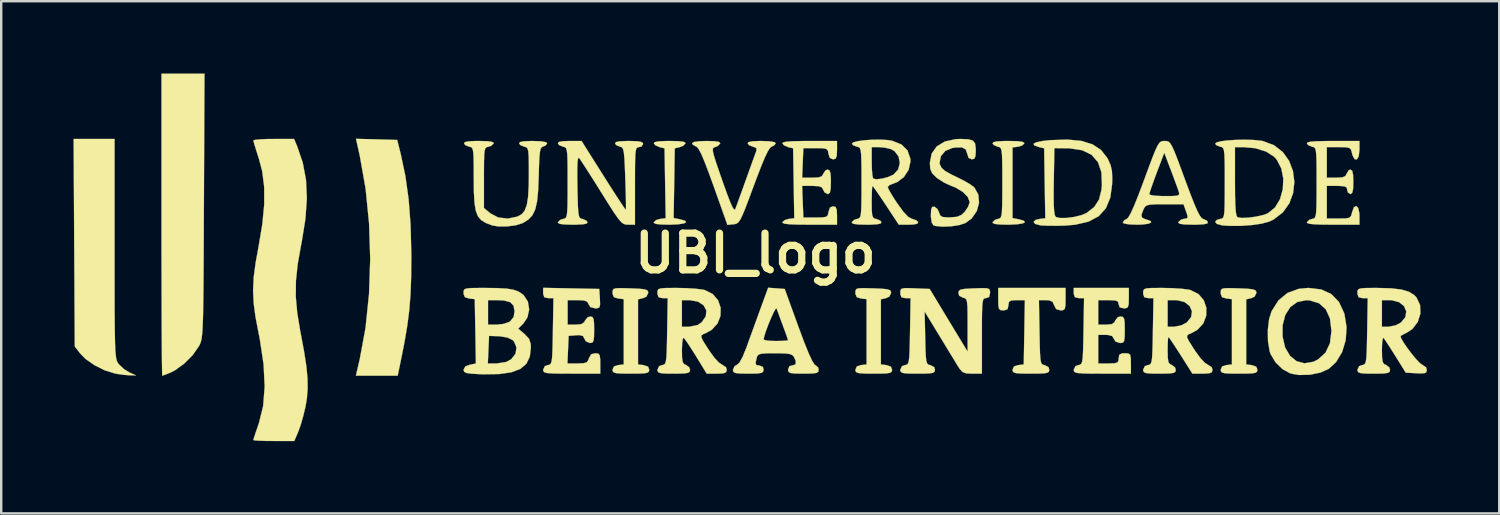
<source format=kicad_pcb>
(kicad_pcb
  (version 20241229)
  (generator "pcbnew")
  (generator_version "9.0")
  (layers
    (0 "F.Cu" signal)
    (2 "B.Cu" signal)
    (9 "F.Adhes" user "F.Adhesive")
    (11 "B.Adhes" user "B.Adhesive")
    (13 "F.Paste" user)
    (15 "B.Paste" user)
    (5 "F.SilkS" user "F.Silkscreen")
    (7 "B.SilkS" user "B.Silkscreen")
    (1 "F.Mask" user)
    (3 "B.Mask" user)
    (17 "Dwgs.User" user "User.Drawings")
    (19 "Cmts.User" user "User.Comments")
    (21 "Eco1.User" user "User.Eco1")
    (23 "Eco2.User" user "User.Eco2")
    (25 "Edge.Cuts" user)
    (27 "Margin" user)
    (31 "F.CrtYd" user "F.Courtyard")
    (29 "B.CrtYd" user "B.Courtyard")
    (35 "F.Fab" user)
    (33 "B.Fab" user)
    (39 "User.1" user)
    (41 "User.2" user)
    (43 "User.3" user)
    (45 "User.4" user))
  (footprint "UBI_logo"
    (layer "F.Cu")
    (at 28.288 7.456)
    (property "Reference" "UBI_logo" (at 0 0 0) (layer "F.SilkS") (effects (font (size 1.524 1.524) (thickness 0.3))))
    (attr through_hole)
    (fp_poly (pts (xy -14.859 -4.699) (xy -14.711 -4.106) (xy -14.52 -3.203) (xy -14.385 -2.238) (xy -14.305 -1.179) (xy -14.274 0.007) (xy -14.273 0.127) (xy -14.28 0.971) (xy -14.307 1.699) (xy -14.359 2.362) (xy -14.442 3.012) (xy -14.559 3.701) (xy -14.66 4.212) (xy -14.839 5.08) (xy -16.573 5.08) (xy -16.415 4.403) (xy -16.173 3.093) (xy -16.028 1.687) (xy -15.979 0.228) (xy -16.027 -1.242) (xy -16.171 -2.68) (xy -16.412 -4.042) (xy -16.413 -4.046) (xy -16.569 -4.747) (xy -14.859 -4.699)) (stroke (width 0.01) (type solid)) (fill yes) (layer "F.SilkS"))
    (fp_poly (pts (xy -26.585 -0.181) (xy -26.585 0.814) (xy -26.584 1.653) (xy -26.583 2.35) (xy -26.579 2.921) (xy -26.573 3.377) (xy -26.565 3.735) (xy -26.554 4.007) (xy -26.538 4.208) (xy -26.519 4.351) (xy -26.495 4.451) (xy -26.465 4.522) (xy -26.43 4.577) (xy -26.407 4.606) (xy -26.196 4.806) (xy -25.963 4.949) (xy -25.696 5.066) (xy -25.95 5.064) (xy -26.201 5.045) (xy -26.501 5.002) (xy -26.566 4.99) (xy -26.989 4.859) (xy -27.417 4.645) (xy -27.79 4.385) (xy -28.014 4.157) (xy -28.236 3.866) (xy -28.26 -0.438) (xy -28.283 -4.741) (xy -26.585 -4.741) (xy -26.585 -0.181)) (stroke (width 0.01) (type solid)) (fill yes) (layer "F.SilkS"))
    (fp_poly (pts (xy -3.194 -4.649) (xy -2.982 -4.625) (xy -2.899 -4.58) (xy -2.899 -4.553) (xy -3 -4.456) (xy -3.139 -4.401) (xy -3.344 -4.353) (xy -3.367 -2.907) (xy -3.391 -1.461) (xy -3.135 -1.41) (xy -2.924 -1.35) (xy -2.869 -1.29) (xy -2.958 -1.239) (xy -3.179 -1.202) (xy -3.517 -1.186) (xy -3.563 -1.185) (xy -3.92 -1.193) (xy -4.129 -1.217) (xy -4.212 -1.261) (xy -4.213 -1.291) (xy -4.111 -1.379) (xy -3.95 -1.424) (xy -3.721 -1.451) (xy -3.768 -4.353) (xy -3.973 -4.401) (xy -4.144 -4.476) (xy -4.213 -4.553) (xy -4.181 -4.608) (xy -4.028 -4.641) (xy -3.733 -4.655) (xy -3.556 -4.657) (xy -3.194 -4.649)) (stroke (width 0.01) (type solid)) (fill yes) (layer "F.SilkS"))
    (fp_poly (pts (xy -22.879 -1.968) (xy -22.884 -0.871) (xy -22.888 0.071) (xy -22.893 0.869) (xy -22.898 1.536) (xy -22.905 2.085) (xy -22.913 2.53) (xy -22.924 2.883) (xy -22.937 3.158) (xy -22.952 3.366) (xy -22.972 3.521) (xy -22.995 3.636) (xy -23.023 3.724) (xy -23.055 3.798) (xy -23.087 3.858) (xy -23.345 4.227) (xy -23.696 4.579) (xy -24.079 4.856) (xy -24.265 4.951) (xy -24.469 5.033) (xy -24.593 5.077) (xy -24.606 5.08) (xy -24.611 4.998) (xy -24.616 4.759) (xy -24.621 4.377) (xy -24.625 3.866) (xy -24.629 3.238) (xy -24.632 2.506) (xy -24.634 1.685) (xy -24.636 0.786) (xy -24.638 -0.177) (xy -24.638 -1.185) (xy -24.638 -7.451) (xy -23.747 -7.451) (xy -22.855 -7.451) (xy -22.879 -1.968)) (stroke (width 0.01) (type solid)) (fill yes) (layer "F.SilkS"))
    (fp_poly (pts (xy -5.231 1.456) (xy -5.186 1.457) (xy -4.829 1.472) (xy -4.609 1.495) (xy -4.493 1.533) (xy -4.45 1.594) (xy -4.445 1.647) (xy -4.521 1.802) (xy -4.657 1.863) (xy -4.868 1.913) (xy -4.868 4.614) (xy -4.636 4.641) (xy -4.452 4.705) (xy -4.403 4.832) (xy -4.417 4.91) (xy -4.48 4.958) (xy -4.626 4.984) (xy -4.885 4.994) (xy -5.165 4.995) (xy -5.527 4.992) (xy -5.753 4.979) (xy -5.873 4.947) (xy -5.92 4.892) (xy -5.927 4.832) (xy -5.867 4.696) (xy -5.694 4.641) (xy -5.461 4.614) (xy -5.461 1.905) (xy -5.694 1.878) (xy -5.868 1.824) (xy -5.925 1.687) (xy -5.927 1.642) (xy -5.921 1.542) (xy -5.881 1.482) (xy -5.775 1.453) (xy -5.57 1.447) (xy -5.231 1.456)) (stroke (width 0.01) (type solid)) (fill yes) (layer "F.SilkS"))
    (fp_poly (pts (xy 4.844 1.456) (xy 4.889 1.457) (xy 5.246 1.472) (xy 5.466 1.495) (xy 5.582 1.533) (xy 5.625 1.594) (xy 5.63 1.647) (xy 5.555 1.802) (xy 5.419 1.863) (xy 5.207 1.913) (xy 5.207 4.614) (xy 5.44 4.641) (xy 5.623 4.705) (xy 5.673 4.832) (xy 5.659 4.91) (xy 5.595 4.958) (xy 5.45 4.984) (xy 5.191 4.994) (xy 4.911 4.995) (xy 4.548 4.992) (xy 4.323 4.979) (xy 4.203 4.947) (xy 4.155 4.892) (xy 4.149 4.832) (xy 4.209 4.696) (xy 4.381 4.641) (xy 4.614 4.614) (xy 4.614 1.905) (xy 4.381 1.878) (xy 4.207 1.824) (xy 4.15 1.687) (xy 4.149 1.642) (xy 4.154 1.542) (xy 4.194 1.482) (xy 4.3 1.453) (xy 4.506 1.447) (xy 4.844 1.456)) (stroke (width 0.01) (type solid)) (fill yes) (layer "F.SilkS"))
    (fp_poly (pts (xy 20 1.456) (xy 20.045 1.457) (xy 20.402 1.472) (xy 20.622 1.495) (xy 20.737 1.533) (xy 20.781 1.594) (xy 20.786 1.647) (xy 20.71 1.802) (xy 20.574 1.863) (xy 20.362 1.913) (xy 20.362 4.614) (xy 20.595 4.641) (xy 20.778 4.705) (xy 20.828 4.832) (xy 20.814 4.91) (xy 20.75 4.958) (xy 20.605 4.984) (xy 20.346 4.994) (xy 20.066 4.995) (xy 19.703 4.992) (xy 19.478 4.979) (xy 19.358 4.947) (xy 19.311 4.892) (xy 19.304 4.832) (xy 19.364 4.696) (xy 19.537 4.641) (xy 19.77 4.614) (xy 19.77 1.905) (xy 19.537 1.878) (xy 19.362 1.824) (xy 19.305 1.687) (xy 19.304 1.642) (xy 19.31 1.542) (xy 19.349 1.482) (xy 19.455 1.453) (xy 19.661 1.447) (xy 20 1.456)) (stroke (width 0.01) (type solid)) (fill yes) (layer "F.SilkS"))
    (fp_poly (pts (xy 10.857 -4.65) (xy 11.069 -4.626) (xy 11.154 -4.582) (xy 11.155 -4.551) (xy 11.054 -4.463) (xy 10.894 -4.418) (xy 10.668 -4.391) (xy 10.668 -1.46) (xy 10.922 -1.41) (xy 11.132 -1.349) (xy 11.186 -1.29) (xy 11.096 -1.239) (xy 10.875 -1.202) (xy 10.537 -1.186) (xy 10.492 -1.185) (xy 10.135 -1.193) (xy 9.926 -1.217) (xy 9.843 -1.261) (xy 9.842 -1.291) (xy 9.945 -1.387) (xy 10.061 -1.424) (xy 10.127 -1.439) (xy 10.175 -1.478) (xy 10.208 -1.565) (xy 10.228 -1.724) (xy 10.239 -1.978) (xy 10.244 -2.352) (xy 10.245 -2.869) (xy 10.245 -2.921) (xy 10.244 -3.452) (xy 10.24 -3.837) (xy 10.23 -4.1) (xy 10.21 -4.266) (xy 10.179 -4.358) (xy 10.132 -4.401) (xy 10.067 -4.417) (xy 10.061 -4.418) (xy 9.899 -4.483) (xy 9.842 -4.551) (xy 9.87 -4.606) (xy 10.014 -4.64) (xy 10.294 -4.655) (xy 10.499 -4.657) (xy 10.857 -4.65)) (stroke (width 0.01) (type solid)) (fill yes) (layer "F.SilkS"))
    (fp_poly (pts (xy 23.474 1.502) (xy 23.893 1.693) (xy 24.207 2.016) (xy 24.423 2.475) (xy 24.44 2.531) (xy 24.527 3.069) (xy 24.491 3.604) (xy 24.342 4.1) (xy 24.09 4.518) (xy 23.787 4.797) (xy 23.437 4.953) (xy 23.001 5.041) (xy 22.552 5.051) (xy 22.209 4.992) (xy 21.876 4.814) (xy 21.579 4.526) (xy 21.374 4.183) (xy 21.339 4.082) (xy 21.267 3.656) (xy 21.263 3.457) (xy 21.871 3.457) (xy 21.978 3.911) (xy 22.179 4.256) (xy 22.454 4.479) (xy 22.783 4.566) (xy 23.145 4.504) (xy 23.343 4.406) (xy 23.651 4.127) (xy 23.836 3.738) (xy 23.898 3.235) (xy 23.898 3.198) (xy 23.836 2.7) (xy 23.663 2.324) (xy 23.383 2.075) (xy 23 1.957) (xy 22.845 1.949) (xy 22.482 2.023) (xy 22.189 2.236) (xy 21.982 2.566) (xy 21.873 2.992) (xy 21.871 3.457) (xy 21.263 3.457) (xy 21.259 3.185) (xy 21.312 2.74) (xy 21.412 2.413) (xy 21.7 1.957) (xy 22.077 1.646) (xy 22.547 1.475) (xy 22.945 1.439) (xy 23.474 1.502)) (stroke (width 0.01) (type solid)) (fill yes) (layer "F.SilkS"))
    (fp_poly (pts (xy 12.869 1.905) (xy 12.864 2.172) (xy 12.835 2.311) (xy 12.763 2.363) (xy 12.659 2.371) (xy 12.479 2.318) (xy 12.396 2.159) (xy 12.327 2.011) (xy 12.182 1.953) (xy 12.054 1.947) (xy 11.764 1.947) (xy 11.788 3.281) (xy 11.797 3.783) (xy 11.808 4.14) (xy 11.825 4.378) (xy 11.85 4.523) (xy 11.889 4.599) (xy 11.945 4.631) (xy 12.002 4.641) (xy 12.161 4.725) (xy 12.192 4.832) (xy 12.178 4.91) (xy 12.114 4.958) (xy 11.968 4.984) (xy 11.709 4.994) (xy 11.43 4.995) (xy 11.067 4.992) (xy 10.842 4.979) (xy 10.722 4.947) (xy 10.675 4.892) (xy 10.668 4.832) (xy 10.728 4.696) (xy 10.901 4.641) (xy 11.134 4.614) (xy 11.157 3.281) (xy 11.18 1.947) (xy 10.839 1.947) (xy 10.62 1.959) (xy 10.523 2.013) (xy 10.499 2.138) (xy 10.499 2.159) (xy 10.464 2.32) (xy 10.326 2.37) (xy 10.287 2.371) (xy 10.166 2.359) (xy 10.103 2.295) (xy 10.079 2.138) (xy 10.075 1.905) (xy 10.075 1.439) (xy 12.869 1.439) (xy 12.869 1.905)) (stroke (width 0.01) (type solid)) (fill yes) (layer "F.SilkS"))
    (fp_poly (pts (xy 13.528 -4.66) (xy 13.989 -4.517) (xy 14.341 -4.283) (xy 14.599 -3.954) (xy 14.631 -3.894) (xy 14.737 -3.655) (xy 14.792 -3.42) (xy 14.807 -3.123) (xy 14.801 -2.872) (xy 14.725 -2.31) (xy 14.543 -1.868) (xy 14.247 -1.539) (xy 13.826 -1.313) (xy 13.273 -1.184) (xy 12.856 -1.148) (xy 12.479 -1.139) (xy 12.125 -1.141) (xy 11.861 -1.154) (xy 11.827 -1.157) (xy 11.608 -1.216) (xy 11.54 -1.301) (xy 11.625 -1.383) (xy 11.798 -1.424) (xy 12.027 -1.451) (xy 12.011 -2.416) (xy 12.374 -2.416) (xy 12.379 -2.012) (xy 12.395 -1.739) (xy 12.424 -1.576) (xy 12.465 -1.505) (xy 12.637 -1.461) (xy 12.91 -1.464) (xy 13.226 -1.506) (xy 13.526 -1.58) (xy 13.732 -1.666) (xy 14.055 -1.914) (xy 14.257 -2.227) (xy 14.36 -2.641) (xy 14.377 -2.823) (xy 14.355 -3.361) (xy 14.212 -3.78) (xy 13.946 -4.084) (xy 13.555 -4.274) (xy 13.036 -4.352) (xy 12.954 -4.354) (xy 12.404 -4.36) (xy 12.38 -2.97) (xy 12.374 -2.416) (xy 12.011 -2.416) (xy 11.98 -4.353) (xy 11.775 -4.401) (xy 11.575 -4.47) (xy 11.537 -4.538) (xy 11.654 -4.603) (xy 11.917 -4.657) (xy 12.224 -4.691) (xy 12.945 -4.716) (xy 13.528 -4.66)) (stroke (width 0.01) (type solid)) (fill yes) (layer "F.SilkS"))
    (fp_poly (pts (xy -19.008 -4.432) (xy -18.777 -3.754) (xy -18.643 -3.044) (xy -18.607 -2.277) (xy -18.667 -1.424) (xy -18.822 -0.461) (xy -18.847 -0.339) (xy -18.988 0.452) (xy -19.061 1.147) (xy -19.067 1.807) (xy -19.005 2.491) (xy -18.877 3.259) (xy -18.86 3.344) (xy -18.722 4.079) (xy -18.629 4.683) (xy -18.581 5.187) (xy -18.574 5.625) (xy -18.607 6.027) (xy -18.666 6.373) (xy -18.756 6.75) (xy -18.862 7.118) (xy -18.962 7.4) (xy -18.966 7.41) (xy -19.129 7.789) (xy -19.978 7.789) (xy -20.334 7.786) (xy -20.617 7.775) (xy -20.791 7.761) (xy -20.828 7.749) (xy -20.802 7.656) (xy -20.732 7.443) (xy -20.633 7.152) (xy -20.597 7.05) (xy -20.422 6.343) (xy -20.357 5.532) (xy -20.403 4.609) (xy -20.559 3.568) (xy -20.612 3.302) (xy -20.739 2.635) (xy -20.815 2.063) (xy -20.839 1.533) (xy -20.812 0.995) (xy -20.733 0.395) (xy -20.615 -0.254) (xy -20.455 -1.204) (xy -20.376 -2.029) (xy -20.378 -2.754) (xy -20.461 -3.405) (xy -20.601 -3.937) (xy -20.704 -4.254) (xy -20.782 -4.508) (xy -20.824 -4.658) (xy -20.827 -4.678) (xy -20.749 -4.705) (xy -20.537 -4.726) (xy -20.228 -4.739) (xy -19.982 -4.741) (xy -19.137 -4.741) (xy -19.008 -4.432)) (stroke (width 0.01) (type solid)) (fill yes) (layer "F.SilkS"))
    (fp_poly (pts (xy 0.588 -4.644) (xy 0.793 -4.608) (xy 0.847 -4.564) (xy 0.776 -4.47) (xy 0.684 -4.429) (xy 0.609 -4.372) (xy 0.515 -4.227) (xy 0.395 -3.978) (xy 0.241 -3.607) (xy 0.045 -3.099) (xy -0.064 -2.807) (xy -0.264 -2.269) (xy -0.416 -1.869) (xy -0.533 -1.586) (xy -0.623 -1.4) (xy -0.7 -1.289) (xy -0.773 -1.232) (xy -0.853 -1.208) (xy -0.904 -1.202) (xy -1.16 -1.177) (xy -1.731 -2.782) (xy -1.943 -3.365) (xy -2.111 -3.803) (xy -2.242 -4.113) (xy -2.345 -4.309) (xy -2.427 -4.41) (xy -2.464 -4.429) (xy -2.597 -4.505) (xy -2.625 -4.564) (xy -2.543 -4.617) (xy -2.312 -4.648) (xy -2.025 -4.657) (xy -1.693 -4.648) (xy -1.51 -4.618) (xy -1.457 -4.564) (xy -1.46 -4.553) (xy -1.562 -4.45) (xy -1.669 -4.405) (xy -1.73 -4.382) (xy -1.764 -4.334) (xy -1.764 -4.238) (xy -1.727 -4.072) (xy -1.647 -3.812) (xy -1.519 -3.435) (xy -1.372 -3.012) (xy -1.189 -2.499) (xy -1.05 -2.137) (xy -0.949 -1.911) (xy -0.88 -1.81) (xy -0.838 -1.821) (xy -0.836 -1.827) (xy -0.783 -1.965) (xy -0.688 -2.228) (xy -0.561 -2.578) (xy -0.416 -2.981) (xy -0.392 -3.048) (xy -0.247 -3.454) (xy -0.119 -3.81) (xy -0.02 -4.083) (xy 0.037 -4.236) (xy 0.042 -4.248) (xy 0.04 -4.366) (xy -0.093 -4.417) (xy -0.257 -4.481) (xy -0.318 -4.551) (xy -0.288 -4.609) (xy -0.137 -4.643) (xy 0.157 -4.656) (xy 0.247 -4.657) (xy 0.588 -4.644)) (stroke (width 0.01) (type solid)) (fill yes) (layer "F.SilkS"))
    (fp_poly (pts (xy 8.827 -4.729) (xy 9.021 -4.674) (xy 9.115 -4.553) (xy 9.143 -4.338) (xy 9.144 -4.267) (xy 9.132 -4.031) (xy 9.083 -3.921) (xy 8.98 -3.895) (xy 8.844 -3.955) (xy 8.79 -4.127) (xy 8.726 -4.308) (xy 8.57 -4.391) (xy 8.297 -4.386) (xy 8.161 -4.364) (xy 7.878 -4.243) (xy 7.695 -4.027) (xy 7.643 -3.759) (xy 7.656 -3.677) (xy 7.724 -3.541) (xy 7.875 -3.41) (xy 8.14 -3.262) (xy 8.324 -3.174) (xy 8.637 -3.018) (xy 8.903 -2.864) (xy 9.071 -2.741) (xy 9.087 -2.726) (xy 9.25 -2.431) (xy 9.279 -2.091) (xy 9.185 -1.749) (xy 8.977 -1.447) (xy 8.722 -1.256) (xy 8.466 -1.17) (xy 8.124 -1.117) (xy 7.77 -1.102) (xy 7.476 -1.131) (xy 7.387 -1.157) (xy 7.318 -1.266) (xy 7.283 -1.496) (xy 7.281 -1.58) (xy 7.292 -1.816) (xy 7.336 -1.921) (xy 7.426 -1.932) (xy 7.554 -1.836) (xy 7.621 -1.693) (xy 7.67 -1.565) (xy 7.769 -1.504) (xy 7.968 -1.487) (xy 8.082 -1.488) (xy 8.363 -1.511) (xy 8.55 -1.59) (xy 8.691 -1.725) (xy 8.826 -1.927) (xy 8.889 -2.111) (xy 8.89 -2.125) (xy 8.813 -2.332) (xy 8.609 -2.541) (xy 8.313 -2.721) (xy 8.134 -2.792) (xy 7.837 -2.926) (xy 7.551 -3.109) (xy 7.517 -3.136) (xy 7.336 -3.314) (xy 7.256 -3.498) (xy 7.239 -3.749) (xy 7.313 -4.134) (xy 7.525 -4.433) (xy 7.863 -4.636) (xy 8.315 -4.734) (xy 8.499 -4.741) (xy 8.827 -4.729)) (stroke (width 0.01) (type solid)) (fill yes) (layer "F.SilkS"))
    (fp_poly (pts (xy 3.387 -4.276) (xy 3.375 -4.037) (xy 3.328 -3.924) (xy 3.228 -3.895) (xy 3.223 -3.895) (xy 3.087 -3.955) (xy 3.032 -4.128) (xy 3.008 -4.257) (xy 2.944 -4.326) (xy 2.8 -4.355) (xy 2.532 -4.36) (xy 2.498 -4.36) (xy 1.99 -4.36) (xy 1.965 -3.747) (xy 1.94 -3.133) (xy 2.357 -3.133) (xy 2.617 -3.145) (xy 2.754 -3.192) (xy 2.815 -3.291) (xy 2.819 -3.302) (xy 2.911 -3.44) (xy 2.998 -3.471) (xy 3.075 -3.438) (xy 3.117 -3.316) (xy 3.132 -3.071) (xy 3.133 -2.963) (xy 3.124 -2.672) (xy 3.092 -2.515) (xy 3.026 -2.458) (xy 2.998 -2.455) (xy 2.869 -2.526) (xy 2.819 -2.625) (xy 2.762 -2.729) (xy 2.633 -2.78) (xy 2.385 -2.794) (xy 2.357 -2.794) (xy 1.94 -2.794) (xy 1.99 -1.482) (xy 2.498 -1.482) (xy 2.78 -1.486) (xy 2.935 -1.512) (xy 3.004 -1.576) (xy 3.031 -1.699) (xy 3.032 -1.714) (xy 3.096 -1.898) (xy 3.223 -1.947) (xy 3.326 -1.921) (xy 3.374 -1.812) (xy 3.387 -1.579) (xy 3.387 -1.566) (xy 3.387 -1.185) (xy 2.237 -1.185) (xy 1.755 -1.189) (xy 1.422 -1.201) (xy 1.22 -1.224) (xy 1.129 -1.259) (xy 1.121 -1.291) (xy 1.223 -1.379) (xy 1.384 -1.424) (xy 1.613 -1.451) (xy 1.566 -4.353) (xy 1.361 -4.401) (xy 1.19 -4.476) (xy 1.121 -4.553) (xy 1.15 -4.597) (xy 1.281 -4.627) (xy 1.535 -4.646) (xy 1.928 -4.655) (xy 2.237 -4.657) (xy 3.387 -4.657) (xy 3.387 -4.276)) (stroke (width 0.01) (type solid)) (fill yes) (layer "F.SilkS"))
    (fp_poly (pts (xy 20.679 -4.699) (xy 20.983 -4.667) (xy 21.059 -4.653) (xy 21.518 -4.482) (xy 21.88 -4.199) (xy 22.143 -3.832) (xy 22.303 -3.408) (xy 22.36 -2.954) (xy 22.31 -2.499) (xy 22.153 -2.071) (xy 21.885 -1.696) (xy 21.505 -1.403) (xy 21.314 -1.312) (xy 21.01 -1.23) (xy 20.596 -1.169) (xy 20.13 -1.136) (xy 19.67 -1.135) (xy 19.362 -1.157) (xy 19.15 -1.215) (xy 19.073 -1.301) (xy 19.143 -1.383) (xy 19.289 -1.424) (xy 19.356 -1.439) (xy 19.404 -1.478) (xy 19.437 -1.565) (xy 19.457 -1.724) (xy 19.468 -1.978) (xy 19.472 -2.352) (xy 19.473 -2.869) (xy 19.473 -2.921) (xy 19.473 -2.97) (xy 19.897 -2.97) (xy 19.9 -2.404) (xy 19.912 -1.989) (xy 19.932 -1.71) (xy 19.964 -1.549) (xy 20.003 -1.491) (xy 20.183 -1.464) (xy 20.463 -1.477) (xy 20.782 -1.521) (xy 21.076 -1.587) (xy 21.262 -1.657) (xy 21.558 -1.898) (xy 21.766 -2.246) (xy 21.881 -2.659) (xy 21.901 -3.097) (xy 21.819 -3.517) (xy 21.632 -3.879) (xy 21.518 -4.007) (xy 21.184 -4.22) (xy 20.739 -4.357) (xy 20.256 -4.402) (xy 19.897 -4.403) (xy 19.897 -2.97) (xy 19.473 -2.97) (xy 19.473 -3.452) (xy 19.469 -3.837) (xy 19.458 -4.1) (xy 19.439 -4.266) (xy 19.407 -4.358) (xy 19.361 -4.401) (xy 19.296 -4.417) (xy 19.289 -4.418) (xy 19.129 -4.478) (xy 19.074 -4.54) (xy 19.133 -4.598) (xy 19.323 -4.646) (xy 19.61 -4.682) (xy 19.956 -4.704) (xy 20.324 -4.71) (xy 20.679 -4.699)) (stroke (width 0.01) (type solid)) (fill yes) (layer "F.SilkS"))
    (fp_poly (pts (xy -10.705 1.446) (xy -10.319 1.468) (xy -10.038 1.513) (xy -9.831 1.586) (xy -9.667 1.693) (xy -9.611 1.742) (xy -9.437 2.009) (xy -9.385 2.335) (xy -9.456 2.663) (xy -9.619 2.907) (xy -9.84 3.128) (xy -9.577 3.35) (xy -9.393 3.544) (xy -9.321 3.759) (xy -9.313 3.906) (xy -9.358 4.289) (xy -9.5 4.585) (xy -9.751 4.8) (xy -10.124 4.94) (xy -10.63 5.012) (xy -11.281 5.022) (xy -11.451 5.016) (xy -11.785 4.997) (xy -11.983 4.968) (xy -12.079 4.921) (xy -12.107 4.846) (xy -12.107 4.833) (xy -12.033 4.695) (xy -11.851 4.627) (xy -11.595 4.575) (xy -11.595 4.572) (xy -11.099 4.572) (xy -10.726 4.572) (xy -10.331 4.509) (xy -10.129 4.397) (xy -9.951 4.169) (xy -9.911 3.908) (xy -10.012 3.664) (xy -10.068 3.605) (xy -10.286 3.496) (xy -10.612 3.444) (xy -10.64 3.443) (xy -11.049 3.429) (xy -11.099 4.572) (xy -11.595 4.572) (xy -11.641 1.947) (xy -11.091 1.947) (xy -11.091 2.963) (xy -10.729 2.963) (xy -10.454 2.933) (xy -10.221 2.856) (xy -10.179 2.832) (xy -10.027 2.644) (xy -9.991 2.411) (xy -10.032 2.176) (xy -10.173 2.03) (xy -10.437 1.96) (xy -10.705 1.947) (xy -11.091 1.947) (xy -11.641 1.947) (xy -11.642 1.905) (xy -11.874 1.878) (xy -12.05 1.824) (xy -12.106 1.686) (xy -12.107 1.645) (xy -12.102 1.553) (xy -12.065 1.494) (xy -11.967 1.46) (xy -11.777 1.444) (xy -11.465 1.44) (xy -11.229 1.439) (xy -10.705 1.446)) (stroke (width 0.01) (type solid)) (fill yes) (layer "F.SilkS"))
    (fp_poly (pts (xy -7.641 1.458) (xy -6.477 1.482) (xy -6.451 1.884) (xy -6.442 2.126) (xy -6.47 2.244) (xy -6.557 2.283) (xy -6.65 2.286) (xy -6.848 2.232) (xy -6.918 2.117) (xy -6.975 2.012) (xy -7.105 1.961) (xy -7.355 1.947) (xy -7.376 1.947) (xy -7.789 1.947) (xy -7.789 2.963) (xy -7.456 2.963) (xy -7.221 2.942) (xy -7.101 2.862) (xy -7.07 2.794) (xy -6.957 2.656) (xy -6.852 2.625) (xy -6.764 2.643) (xy -6.714 2.724) (xy -6.693 2.904) (xy -6.689 3.175) (xy -6.694 3.472) (xy -6.716 3.638) (xy -6.769 3.71) (xy -6.865 3.725) (xy -6.866 3.725) (xy -7.035 3.652) (xy -7.089 3.552) (xy -7.153 3.435) (xy -7.295 3.397) (xy -7.441 3.403) (xy -7.747 3.429) (xy -7.797 4.572) (xy -7.379 4.572) (xy -7.125 4.563) (xy -6.99 4.52) (xy -6.926 4.422) (xy -6.908 4.36) (xy -6.813 4.192) (xy -6.645 4.149) (xy -6.52 4.163) (xy -6.458 4.233) (xy -6.437 4.404) (xy -6.435 4.572) (xy -6.435 4.995) (xy -7.62 4.995) (xy -8.089 4.994) (xy -8.416 4.987) (xy -8.624 4.972) (xy -8.741 4.945) (xy -8.793 4.901) (xy -8.805 4.838) (xy -8.805 4.832) (xy -8.734 4.685) (xy -8.615 4.641) (xy -8.544 4.626) (xy -8.493 4.586) (xy -8.458 4.498) (xy -8.434 4.336) (xy -8.42 4.075) (xy -8.409 3.692) (xy -8.401 3.239) (xy -8.378 1.863) (xy -8.592 1.863) (xy -8.754 1.829) (xy -8.804 1.693) (xy -8.805 1.649) (xy -8.805 1.435) (xy -7.641 1.458)) (stroke (width 0.01) (type solid)) (fill yes) (layer "F.SilkS"))
    (fp_poly (pts (xy 15.494 1.863) (xy 15.487 2.114) (xy 15.452 2.239) (xy 15.367 2.282) (xy 15.282 2.286) (xy 15.116 2.246) (xy 15.071 2.117) (xy 15.048 2.015) (xy 14.954 1.964) (xy 14.745 1.948) (xy 14.647 1.947) (xy 14.224 1.947) (xy 14.224 2.963) (xy 14.553 2.963) (xy 14.783 2.942) (xy 14.897 2.865) (xy 14.926 2.794) (xy 15.039 2.651) (xy 15.147 2.625) (xy 15.243 2.64) (xy 15.296 2.711) (xy 15.32 2.875) (xy 15.325 3.171) (xy 15.325 3.175) (xy 15.321 3.471) (xy 15.299 3.636) (xy 15.247 3.708) (xy 15.148 3.725) (xy 15.123 3.725) (xy 14.937 3.662) (xy 14.877 3.556) (xy 14.8 3.436) (xy 14.624 3.39) (xy 14.528 3.387) (xy 14.224 3.387) (xy 14.224 4.572) (xy 14.647 4.572) (xy 14.899 4.565) (xy 15.024 4.53) (xy 15.067 4.445) (xy 15.071 4.36) (xy 15.098 4.209) (xy 15.214 4.154) (xy 15.325 4.149) (xy 15.475 4.158) (xy 15.55 4.215) (xy 15.576 4.363) (xy 15.579 4.572) (xy 15.579 4.995) (xy 14.393 4.995) (xy 13.924 4.994) (xy 13.598 4.987) (xy 13.389 4.972) (xy 13.272 4.945) (xy 13.22 4.901) (xy 13.208 4.838) (xy 13.208 4.832) (xy 13.279 4.685) (xy 13.399 4.641) (xy 13.469 4.626) (xy 13.52 4.586) (xy 13.556 4.498) (xy 13.579 4.336) (xy 13.594 4.075) (xy 13.604 3.692) (xy 13.612 3.239) (xy 13.636 1.863) (xy 13.422 1.863) (xy 13.26 1.828) (xy 13.209 1.693) (xy 13.208 1.651) (xy 13.208 1.439) (xy 15.494 1.439) (xy 15.494 1.863)) (stroke (width 0.01) (type solid)) (fill yes) (layer "F.SilkS"))
    (fp_poly (pts (xy 25.061 -4.276) (xy 25.03 -4.021) (xy 24.954 -3.893) (xy 24.86 -3.902) (xy 24.774 -4.06) (xy 24.752 -4.149) (xy 24.715 -4.291) (xy 24.646 -4.366) (xy 24.5 -4.397) (xy 24.234 -4.403) (xy 24.204 -4.403) (xy 23.707 -4.403) (xy 23.707 -3.133) (xy 24.096 -3.133) (xy 24.346 -3.147) (xy 24.476 -3.201) (xy 24.529 -3.302) (xy 24.614 -3.44) (xy 24.69 -3.471) (xy 24.76 -3.422) (xy 24.797 -3.255) (xy 24.807 -2.963) (xy 24.798 -2.668) (xy 24.763 -2.51) (xy 24.696 -2.456) (xy 24.68 -2.455) (xy 24.577 -2.526) (xy 24.553 -2.625) (xy 24.531 -2.726) (xy 24.436 -2.777) (xy 24.228 -2.793) (xy 24.13 -2.794) (xy 23.707 -2.794) (xy 23.707 -1.439) (xy 24.204 -1.439) (xy 24.483 -1.444) (xy 24.637 -1.471) (xy 24.711 -1.543) (xy 24.749 -1.678) (xy 24.752 -1.693) (xy 24.828 -1.904) (xy 24.922 -1.962) (xy 25.008 -1.879) (xy 25.057 -1.666) (xy 25.061 -1.566) (xy 25.061 -1.185) (xy 23.954 -1.185) (xy 23.482 -1.189) (xy 23.16 -1.202) (xy 22.967 -1.226) (xy 22.885 -1.262) (xy 22.881 -1.291) (xy 22.983 -1.387) (xy 23.099 -1.424) (xy 23.166 -1.439) (xy 23.214 -1.478) (xy 23.247 -1.565) (xy 23.267 -1.724) (xy 23.278 -1.978) (xy 23.282 -2.352) (xy 23.283 -2.869) (xy 23.283 -2.921) (xy 23.283 -3.452) (xy 23.279 -3.837) (xy 23.268 -4.1) (xy 23.249 -4.266) (xy 23.217 -4.358) (xy 23.171 -4.401) (xy 23.106 -4.417) (xy 23.099 -4.418) (xy 22.938 -4.483) (xy 22.881 -4.551) (xy 22.906 -4.596) (xy 23.03 -4.627) (xy 23.271 -4.646) (xy 23.651 -4.655) (xy 23.954 -4.657) (xy 25.061 -4.657) (xy 25.061 -4.276)) (stroke (width 0.01) (type solid)) (fill yes) (layer "F.SilkS"))
    (fp_poly (pts (xy -8.895 -4.644) (xy -8.69 -4.608) (xy -8.636 -4.564) (xy -8.706 -4.469) (xy -8.798 -4.429) (xy -8.862 -4.399) (xy -8.908 -4.331) (xy -8.939 -4.198) (xy -8.961 -3.973) (xy -8.976 -3.629) (xy -8.988 -3.188) (xy -9.012 -2.599) (xy -9.056 -2.153) (xy -9.131 -1.823) (xy -9.245 -1.582) (xy -9.408 -1.404) (xy -9.628 -1.263) (xy -9.655 -1.249) (xy -9.937 -1.16) (xy -10.302 -1.112) (xy -10.666 -1.112) (xy -10.922 -1.156) (xy -11.182 -1.255) (xy -11.376 -1.374) (xy -11.513 -1.537) (xy -11.602 -1.769) (xy -11.654 -2.096) (xy -11.678 -2.542) (xy -11.684 -3.123) (xy -11.685 -3.61) (xy -11.69 -3.954) (xy -11.703 -4.18) (xy -11.728 -4.315) (xy -11.768 -4.383) (xy -11.827 -4.411) (xy -11.868 -4.418) (xy -12.03 -4.483) (xy -12.087 -4.551) (xy -12.058 -4.608) (xy -11.911 -4.641) (xy -11.625 -4.656) (xy -11.472 -4.657) (xy -11.127 -4.649) (xy -10.929 -4.623) (xy -10.857 -4.576) (xy -10.858 -4.551) (xy -10.961 -4.455) (xy -11.077 -4.418) (xy -11.148 -4.401) (xy -11.198 -4.357) (xy -11.23 -4.261) (xy -11.249 -4.086) (xy -11.258 -3.807) (xy -11.261 -3.397) (xy -11.261 -3.134) (xy -11.261 -1.878) (xy -11 -1.659) (xy -10.668 -1.483) (xy -10.27 -1.437) (xy -9.873 -1.52) (xy -9.698 -1.617) (xy -9.57 -1.77) (xy -9.482 -2.003) (xy -9.429 -2.339) (xy -9.403 -2.802) (xy -9.398 -3.25) (xy -9.399 -3.708) (xy -9.405 -4.025) (xy -9.421 -4.227) (xy -9.451 -4.341) (xy -9.498 -4.395) (xy -9.568 -4.416) (xy -9.582 -4.418) (xy -9.744 -4.483) (xy -9.801 -4.551) (xy -9.771 -4.609) (xy -9.62 -4.643) (xy -9.326 -4.656) (xy -9.236 -4.657) (xy -8.895 -4.644)) (stroke (width 0.01) (type solid)) (fill yes) (layer "F.SilkS"))
    (fp_poly (pts (xy 9.605 1.453) (xy 9.701 1.487) (xy 9.733 1.557) (xy 9.737 1.647) (xy 9.698 1.815) (xy 9.567 1.863) (xy 9.508 1.87) (xy 9.464 1.906) (xy 9.434 1.994) (xy 9.415 2.157) (xy 9.404 2.417) (xy 9.399 2.797) (xy 9.398 3.32) (xy 9.398 3.429) (xy 9.398 4.995) (xy 8.995 4.995) (xy 8.747 4.985) (xy 8.594 4.927) (xy 8.467 4.785) (xy 8.373 4.636) (xy 8.242 4.421) (xy 8.049 4.105) (xy 7.821 3.73) (xy 7.588 3.347) (xy 7.022 2.418) (xy 7.046 3.516) (xy 7.057 3.965) (xy 7.07 4.272) (xy 7.092 4.465) (xy 7.126 4.572) (xy 7.179 4.622) (xy 7.256 4.641) (xy 7.26 4.641) (xy 7.419 4.725) (xy 7.451 4.832) (xy 7.436 4.911) (xy 7.369 4.96) (xy 7.218 4.985) (xy 6.95 4.994) (xy 6.731 4.995) (xy 6.381 4.992) (xy 6.166 4.977) (xy 6.056 4.943) (xy 6.015 4.882) (xy 6.011 4.832) (xy 6.083 4.685) (xy 6.202 4.641) (xy 6.273 4.626) (xy 6.324 4.586) (xy 6.359 4.498) (xy 6.382 4.336) (xy 6.397 4.075) (xy 6.407 3.692) (xy 6.416 3.239) (xy 6.439 1.863) (xy 6.225 1.863) (xy 6.063 1.829) (xy 6.013 1.694) (xy 6.011 1.647) (xy 6.018 1.536) (xy 6.063 1.474) (xy 6.183 1.449) (xy 6.414 1.449) (xy 6.621 1.457) (xy 7.232 1.482) (xy 8.018 2.782) (xy 8.805 4.082) (xy 8.805 2.978) (xy 8.804 2.528) (xy 8.798 2.22) (xy 8.781 2.026) (xy 8.75 1.918) (xy 8.7 1.868) (xy 8.625 1.849) (xy 8.615 1.847) (xy 8.456 1.763) (xy 8.424 1.651) (xy 8.44 1.565) (xy 8.512 1.511) (xy 8.673 1.48) (xy 8.957 1.462) (xy 9.081 1.457) (xy 9.41 1.447) (xy 9.605 1.453)) (stroke (width 0.01) (type solid)) (fill yes) (layer "F.SilkS"))
    (fp_poly (pts (xy 0.873 1.456) (xy 1.217 1.482) (xy 1.785 3.048) (xy 2.02 3.679) (xy 2.209 4.149) (xy 2.355 4.462) (xy 2.456 4.62) (xy 2.489 4.642) (xy 2.602 4.737) (xy 2.625 4.832) (xy 2.608 4.916) (xy 2.535 4.965) (xy 2.371 4.988) (xy 2.08 4.995) (xy 1.99 4.995) (xy 1.665 4.991) (xy 1.475 4.973) (xy 1.383 4.931) (xy 1.356 4.856) (xy 1.355 4.826) (xy 1.415 4.684) (xy 1.524 4.657) (xy 1.665 4.614) (xy 1.677 4.479) (xy 1.606 4.312) (xy 1.541 4.231) (xy 1.428 4.181) (xy 1.23 4.157) (xy 0.909 4.149) (xy 0.811 4.149) (xy 0.464 4.152) (xy 0.25 4.168) (xy 0.132 4.205) (xy 0.075 4.273) (xy 0.053 4.339) (xy 0.009 4.544) (xy 0.035 4.635) (xy 0.149 4.657) (xy 0.169 4.657) (xy 0.311 4.717) (xy 0.339 4.826) (xy 0.324 4.913) (xy 0.255 4.963) (xy 0.098 4.988) (xy -0.182 4.995) (xy -0.296 4.995) (xy -0.622 4.991) (xy -0.813 4.972) (xy -0.905 4.929) (xy -0.931 4.855) (xy -0.931 4.836) (xy -0.861 4.684) (xy -0.774 4.635) (xy -0.662 4.54) (xy -0.53 4.303) (xy -0.372 3.912) (xy -0.346 3.842) (xy -0.251 3.577) (xy 0.341 3.577) (xy 0.417 3.611) (xy 0.616 3.634) (xy 0.847 3.641) (xy 1.115 3.636) (xy 1.299 3.623) (xy 1.355 3.608) (xy 1.345 3.569) (xy 1.31 3.467) (xy 1.244 3.28) (xy 1.137 2.989) (xy 0.983 2.571) (xy 0.878 2.286) (xy 0.836 2.314) (xy 0.754 2.461) (xy 0.65 2.688) (xy 0.54 2.953) (xy 0.441 3.218) (xy 0.369 3.441) (xy 0.341 3.577) (xy -0.251 3.577) (xy -0.19 3.408) (xy -0.006 2.902) (xy 0.171 2.413) (xy 0.227 2.261) (xy 0.53 1.431) (xy 0.873 1.456)) (stroke (width 0.01) (type solid)) (fill yes) (layer "F.SilkS"))
    (fp_poly (pts (xy 16.912 1.44) (xy 17.31 1.449) (xy 17.679 1.473) (xy 17.963 1.508) (xy 18.051 1.527) (xy 18.383 1.693) (xy 18.603 1.951) (xy 18.71 2.265) (xy 18.703 2.598) (xy 18.581 2.914) (xy 18.341 3.176) (xy 18.118 3.302) (xy 17.984 3.358) (xy 17.913 3.413) (xy 17.912 3.497) (xy 17.986 3.645) (xy 18.14 3.889) (xy 18.246 4.052) (xy 18.453 4.339) (xy 18.644 4.543) (xy 18.775 4.626) (xy 18.931 4.729) (xy 18.965 4.835) (xy 18.94 4.932) (xy 18.835 4.98) (xy 18.611 4.995) (xy 18.548 4.995) (xy 18.131 4.995) (xy 17.648 4.233) (xy 17.448 3.922) (xy 17.282 3.672) (xy 17.171 3.513) (xy 17.134 3.471) (xy 17.118 3.549) (xy 17.107 3.751) (xy 17.103 4.03) (xy 17.109 4.335) (xy 17.136 4.511) (xy 17.194 4.599) (xy 17.272 4.632) (xy 17.41 4.736) (xy 17.441 4.836) (xy 17.425 4.916) (xy 17.352 4.963) (xy 17.19 4.987) (xy 16.904 4.995) (xy 16.764 4.995) (xy 16.426 4.992) (xy 16.223 4.975) (xy 16.122 4.937) (xy 16.089 4.87) (xy 16.087 4.832) (xy 16.158 4.685) (xy 16.277 4.641) (xy 16.348 4.626) (xy 16.399 4.586) (xy 16.434 4.498) (xy 16.458 4.336) (xy 16.472 4.075) (xy 16.483 3.692) (xy 16.491 3.239) (xy 16.513 1.947) (xy 17.103 1.947) (xy 17.103 3.048) (xy 17.388 3.048) (xy 17.672 2.991) (xy 17.896 2.873) (xy 18.077 2.65) (xy 18.113 2.412) (xy 18.02 2.194) (xy 17.813 2.029) (xy 17.511 1.95) (xy 17.441 1.947) (xy 17.103 1.947) (xy 16.513 1.947) (xy 16.514 1.863) (xy 16.3 1.863) (xy 16.138 1.828) (xy 16.088 1.693) (xy 16.087 1.651) (xy 16.092 1.554) (xy 16.129 1.492) (xy 16.229 1.458) (xy 16.423 1.443) (xy 16.742 1.44) (xy 16.912 1.44)) (stroke (width 0.01) (type solid)) (fill yes) (layer "F.SilkS"))
    (fp_poly (pts (xy -3.239 1.44) (xy -2.841 1.449) (xy -2.472 1.473) (xy -2.188 1.508) (xy -2.099 1.527) (xy -1.768 1.693) (xy -1.548 1.951) (xy -1.44 2.265) (xy -1.447 2.598) (xy -1.57 2.914) (xy -1.809 3.176) (xy -2.032 3.302) (xy -2.167 3.358) (xy -2.237 3.413) (xy -2.238 3.497) (xy -2.165 3.645) (xy -2.011 3.889) (xy -1.905 4.052) (xy -1.697 4.339) (xy -1.506 4.543) (xy -1.376 4.626) (xy -1.22 4.729) (xy -1.185 4.835) (xy -1.211 4.932) (xy -1.315 4.98) (xy -1.539 4.995) (xy -1.602 4.995) (xy -2.019 4.995) (xy -2.462 4.272) (xy -2.657 3.962) (xy -2.823 3.709) (xy -2.939 3.547) (xy -2.977 3.505) (xy -3.012 3.559) (xy -3.038 3.743) (xy -3.048 4.017) (xy -3.048 4.025) (xy -3.042 4.331) (xy -3.016 4.509) (xy -2.959 4.597) (xy -2.879 4.632) (xy -2.74 4.736) (xy -2.709 4.836) (xy -2.726 4.916) (xy -2.799 4.963) (xy -2.961 4.987) (xy -3.247 4.995) (xy -3.387 4.995) (xy -3.725 4.992) (xy -3.927 4.975) (xy -4.028 4.937) (xy -4.062 4.87) (xy -4.064 4.832) (xy -3.993 4.685) (xy -3.873 4.641) (xy -3.803 4.626) (xy -3.752 4.586) (xy -3.716 4.498) (xy -3.693 4.336) (xy -3.678 4.075) (xy -3.668 3.692) (xy -3.66 3.239) (xy -3.638 1.947) (xy -3.048 1.947) (xy -3.048 3.048) (xy -2.736 3.048) (xy -2.395 2.977) (xy -2.228 2.864) (xy -2.056 2.617) (xy -2.035 2.373) (xy -2.148 2.16) (xy -2.38 2.008) (xy -2.713 1.947) (xy -2.728 1.947) (xy -3.048 1.947) (xy -3.638 1.947) (xy -3.636 1.863) (xy -3.85 1.863) (xy -4.012 1.828) (xy -4.063 1.693) (xy -4.064 1.651) (xy -4.059 1.554) (xy -4.022 1.492) (xy -3.922 1.458) (xy -3.728 1.443) (xy -3.408 1.44) (xy -3.239 1.44)) (stroke (width 0.01) (type solid)) (fill yes) (layer "F.SilkS"))
    (fp_poly (pts (xy 25.802 1.44) (xy 26.371 1.455) (xy 26.799 1.505) (xy 27.111 1.596) (xy 27.333 1.734) (xy 27.428 1.835) (xy 27.576 2.148) (xy 27.59 2.501) (xy 27.483 2.845) (xy 27.266 3.134) (xy 27.071 3.269) (xy 26.884 3.367) (xy 26.776 3.427) (xy 26.77 3.432) (xy 26.786 3.519) (xy 26.887 3.696) (xy 27.044 3.926) (xy 27.228 4.171) (xy 27.413 4.394) (xy 27.57 4.558) (xy 27.665 4.624) (xy 27.822 4.731) (xy 27.855 4.84) (xy 27.835 4.936) (xy 27.748 4.98) (xy 27.552 4.985) (xy 27.418 4.979) (xy 26.981 4.953) (xy 26.55 4.261) (xy 26.358 3.956) (xy 26.195 3.706) (xy 26.086 3.544) (xy 26.056 3.506) (xy 26.025 3.551) (xy 26.002 3.727) (xy 25.993 3.998) (xy 25.993 4.015) (xy 25.999 4.325) (xy 26.024 4.505) (xy 26.079 4.595) (xy 26.162 4.632) (xy 26.3 4.736) (xy 26.331 4.836) (xy 26.315 4.916) (xy 26.242 4.963) (xy 26.08 4.987) (xy 25.794 4.995) (xy 25.654 4.995) (xy 25.316 4.992) (xy 25.113 4.975) (xy 25.012 4.937) (xy 24.979 4.87) (xy 24.977 4.832) (xy 25.048 4.685) (xy 25.167 4.641) (xy 25.238 4.626) (xy 25.289 4.586) (xy 25.324 4.498) (xy 25.348 4.336) (xy 25.362 4.075) (xy 25.373 3.692) (xy 25.381 3.239) (xy 25.403 1.947) (xy 25.993 1.947) (xy 25.993 3.048) (xy 26.278 3.048) (xy 26.562 2.991) (xy 26.786 2.873) (xy 26.967 2.65) (xy 27.003 2.412) (xy 26.91 2.194) (xy 26.703 2.029) (xy 26.401 1.95) (xy 26.331 1.947) (xy 25.993 1.947) (xy 25.403 1.947) (xy 25.404 1.863) (xy 25.19 1.863) (xy 25.028 1.828) (xy 24.978 1.693) (xy 24.977 1.651) (xy 24.982 1.554) (xy 25.019 1.492) (xy 25.119 1.458) (xy 25.313 1.443) (xy 25.632 1.44) (xy 25.802 1.44)) (stroke (width 0.01) (type solid)) (fill yes) (layer "F.SilkS"))
    (fp_poly (pts (xy 17.067 -4.653) (xy 17.141 -4.629) (xy 17.211 -4.563) (xy 17.287 -4.436) (xy 17.382 -4.227) (xy 17.505 -3.916) (xy 17.667 -3.482) (xy 17.825 -3.052) (xy 18.038 -2.482) (xy 18.206 -2.054) (xy 18.337 -1.752) (xy 18.439 -1.558) (xy 18.52 -1.453) (xy 18.578 -1.423) (xy 18.73 -1.353) (xy 18.775 -1.291) (xy 18.746 -1.234) (xy 18.6 -1.201) (xy 18.314 -1.186) (xy 18.161 -1.185) (xy 17.815 -1.193) (xy 17.617 -1.219) (xy 17.545 -1.266) (xy 17.547 -1.291) (xy 17.649 -1.387) (xy 17.765 -1.424) (xy 17.894 -1.445) (xy 17.937 -1.492) (xy 17.909 -1.615) (xy 17.856 -1.765) (xy 17.763 -2.032) (xy 16.981 -2.032) (xy 16.613 -2.03) (xy 16.377 -2.017) (xy 16.238 -1.984) (xy 16.159 -1.924) (xy 16.104 -1.825) (xy 16.1 -1.816) (xy 16.018 -1.601) (xy 16.034 -1.484) (xy 16.162 -1.418) (xy 16.214 -1.405) (xy 16.395 -1.338) (xy 16.421 -1.275) (xy 16.304 -1.224) (xy 16.058 -1.192) (xy 15.833 -1.185) (xy 15.495 -1.198) (xy 15.292 -1.234) (xy 15.24 -1.278) (xy 15.31 -1.374) (xy 15.391 -1.41) (xy 15.468 -1.479) (xy 15.573 -1.662) (xy 15.713 -1.969) (xy 15.892 -2.413) (xy 15.904 -2.446) (xy 16.341 -2.446) (xy 16.418 -2.41) (xy 16.624 -2.383) (xy 16.917 -2.371) (xy 16.981 -2.371) (xy 17.305 -2.373) (xy 17.492 -2.387) (xy 17.573 -2.424) (xy 17.581 -2.493) (xy 17.562 -2.561) (xy 17.506 -2.725) (xy 17.406 -2.998) (xy 17.282 -3.331) (xy 17.233 -3.461) (xy 16.964 -4.169) (xy 16.652 -3.345) (xy 16.523 -2.996) (xy 16.42 -2.704) (xy 16.355 -2.508) (xy 16.341 -2.446) (xy 15.904 -2.446) (xy 16.115 -3.006) (xy 16.132 -3.053) (xy 16.332 -3.595) (xy 16.484 -3.999) (xy 16.6 -4.284) (xy 16.689 -4.472) (xy 16.764 -4.583) (xy 16.834 -4.637) (xy 16.91 -4.655) (xy 16.979 -4.656) (xy 17.067 -4.653)) (stroke (width 0.01) (type solid)) (fill yes) (layer "F.SilkS"))
    (fp_poly (pts (xy 5.488 -4.696) (xy 5.673 -4.667) (xy 6.059 -4.513) (xy 6.314 -4.261) (xy 6.429 -3.921) (xy 6.435 -3.812) (xy 6.36 -3.467) (xy 6.163 -3.162) (xy 5.882 -2.949) (xy 5.75 -2.9) (xy 5.571 -2.83) (xy 5.491 -2.752) (xy 5.531 -2.648) (xy 5.647 -2.442) (xy 5.817 -2.173) (xy 5.894 -2.059) (xy 6.144 -1.717) (xy 6.339 -1.512) (xy 6.496 -1.427) (xy 6.513 -1.424) (xy 6.684 -1.364) (xy 6.753 -1.291) (xy 6.717 -1.223) (xy 6.542 -1.19) (xy 6.368 -1.185) (xy 5.949 -1.185) (xy 5.419 -1.99) (xy 5.206 -2.308) (xy 5.028 -2.568) (xy 4.905 -2.739) (xy 4.857 -2.794) (xy 4.843 -2.716) (xy 4.832 -2.509) (xy 4.826 -2.213) (xy 4.826 -2.123) (xy 4.829 -1.786) (xy 4.846 -1.584) (xy 4.886 -1.478) (xy 4.957 -1.434) (xy 5.01 -1.424) (xy 5.172 -1.359) (xy 5.229 -1.291) (xy 5.2 -1.234) (xy 5.053 -1.201) (xy 4.767 -1.186) (xy 4.614 -1.185) (xy 4.269 -1.193) (xy 4.071 -1.219) (xy 3.999 -1.266) (xy 4 -1.291) (xy 4.103 -1.387) (xy 4.219 -1.424) (xy 4.285 -1.439) (xy 4.333 -1.478) (xy 4.366 -1.565) (xy 4.386 -1.724) (xy 4.397 -1.978) (xy 4.402 -2.352) (xy 4.403 -2.869) (xy 4.403 -2.921) (xy 4.402 -3.452) (xy 4.398 -3.837) (xy 4.388 -4.1) (xy 4.368 -4.266) (xy 4.337 -4.358) (xy 4.29 -4.401) (xy 4.282 -4.403) (xy 4.826 -4.403) (xy 4.826 -3.782) (xy 4.834 -3.471) (xy 4.855 -3.229) (xy 4.884 -3.103) (xy 4.888 -3.099) (xy 5.017 -3.068) (xy 5.239 -3.092) (xy 5.491 -3.157) (xy 5.71 -3.252) (xy 5.735 -3.267) (xy 5.925 -3.476) (xy 5.992 -3.742) (xy 5.941 -4.012) (xy 5.777 -4.232) (xy 5.626 -4.32) (xy 5.382 -4.379) (xy 5.117 -4.403) (xy 4.826 -4.403) (xy 4.282 -4.403) (xy 4.225 -4.417) (xy 4.219 -4.418) (xy 4.058 -4.479) (xy 4.003 -4.542) (xy 4.061 -4.6) (xy 4.248 -4.649) (xy 4.524 -4.687) (xy 4.849 -4.709) (xy 5.184 -4.713) (xy 5.488 -4.696)) (stroke (width 0.01) (type solid)) (fill yes) (layer "F.SilkS"))
    (fp_poly (pts (xy -6.302 -3.216) (xy -6.026 -2.78) (xy -5.781 -2.4) (xy -5.582 -2.096) (xy -5.442 -1.888) (xy -5.376 -1.799) (xy -5.372 -1.798) (xy -5.368 -1.885) (xy -5.369 -2.113) (xy -5.376 -2.45) (xy -5.389 -2.867) (xy -5.397 -3.107) (xy -5.416 -3.6) (xy -5.434 -3.949) (xy -5.457 -4.179) (xy -5.488 -4.317) (xy -5.531 -4.387) (xy -5.59 -4.415) (xy -5.615 -4.42) (xy -5.771 -4.486) (xy -5.821 -4.551) (xy -5.791 -4.609) (xy -5.64 -4.643) (xy -5.347 -4.656) (xy -5.256 -4.657) (xy -4.932 -4.649) (xy -4.746 -4.623) (xy -4.666 -4.571) (xy -4.657 -4.53) (xy -4.727 -4.426) (xy -4.826 -4.403) (xy -4.885 -4.396) (xy -4.928 -4.36) (xy -4.958 -4.273) (xy -4.978 -4.113) (xy -4.989 -3.857) (xy -4.994 -3.482) (xy -4.995 -2.967) (xy -4.995 -2.794) (xy -4.995 -1.185) (xy -5.278 -1.185) (xy -5.381 -1.191) (xy -5.472 -1.221) (xy -5.569 -1.295) (xy -5.687 -1.433) (xy -5.842 -1.652) (xy -6.05 -1.974) (xy -6.328 -2.416) (xy -6.392 -2.519) (xy -6.661 -2.948) (xy -6.904 -3.331) (xy -7.105 -3.643) (xy -7.248 -3.86) (xy -7.316 -3.955) (xy -7.352 -3.946) (xy -7.376 -3.815) (xy -7.388 -3.549) (xy -7.389 -3.135) (xy -7.383 -2.754) (xy -7.372 -2.258) (xy -7.36 -1.907) (xy -7.343 -1.673) (xy -7.315 -1.533) (xy -7.275 -1.461) (xy -7.217 -1.431) (xy -7.178 -1.424) (xy -7.018 -1.358) (xy -6.963 -1.291) (xy -6.992 -1.234) (xy -7.139 -1.201) (xy -7.425 -1.186) (xy -7.578 -1.185) (xy -7.923 -1.193) (xy -8.121 -1.219) (xy -8.193 -1.266) (xy -8.192 -1.291) (xy -8.089 -1.387) (xy -7.973 -1.424) (xy -7.907 -1.439) (xy -7.859 -1.478) (xy -7.826 -1.565) (xy -7.806 -1.724) (xy -7.795 -1.978) (xy -7.79 -2.352) (xy -7.789 -2.869) (xy -7.789 -2.921) (xy -7.79 -3.452) (xy -7.794 -3.837) (xy -7.804 -4.1) (xy -7.824 -4.266) (xy -7.855 -4.358) (xy -7.902 -4.401) (xy -7.967 -4.417) (xy -7.973 -4.418) (xy -8.135 -4.483) (xy -8.192 -4.551) (xy -8.16 -4.614) (xy -7.999 -4.647) (xy -7.718 -4.657) (xy -7.21 -4.657) (xy -6.302 -3.216)) (stroke (width 0.01) (type solid)) (fill yes) (layer "F.SilkS")))
  (gr_rect
    (start -3 -3)
    (end 59.148 18.25)
    (stroke (width 0.1) (type default))
    (fill no)
    (layer "Edge.Cuts")))
</source>
